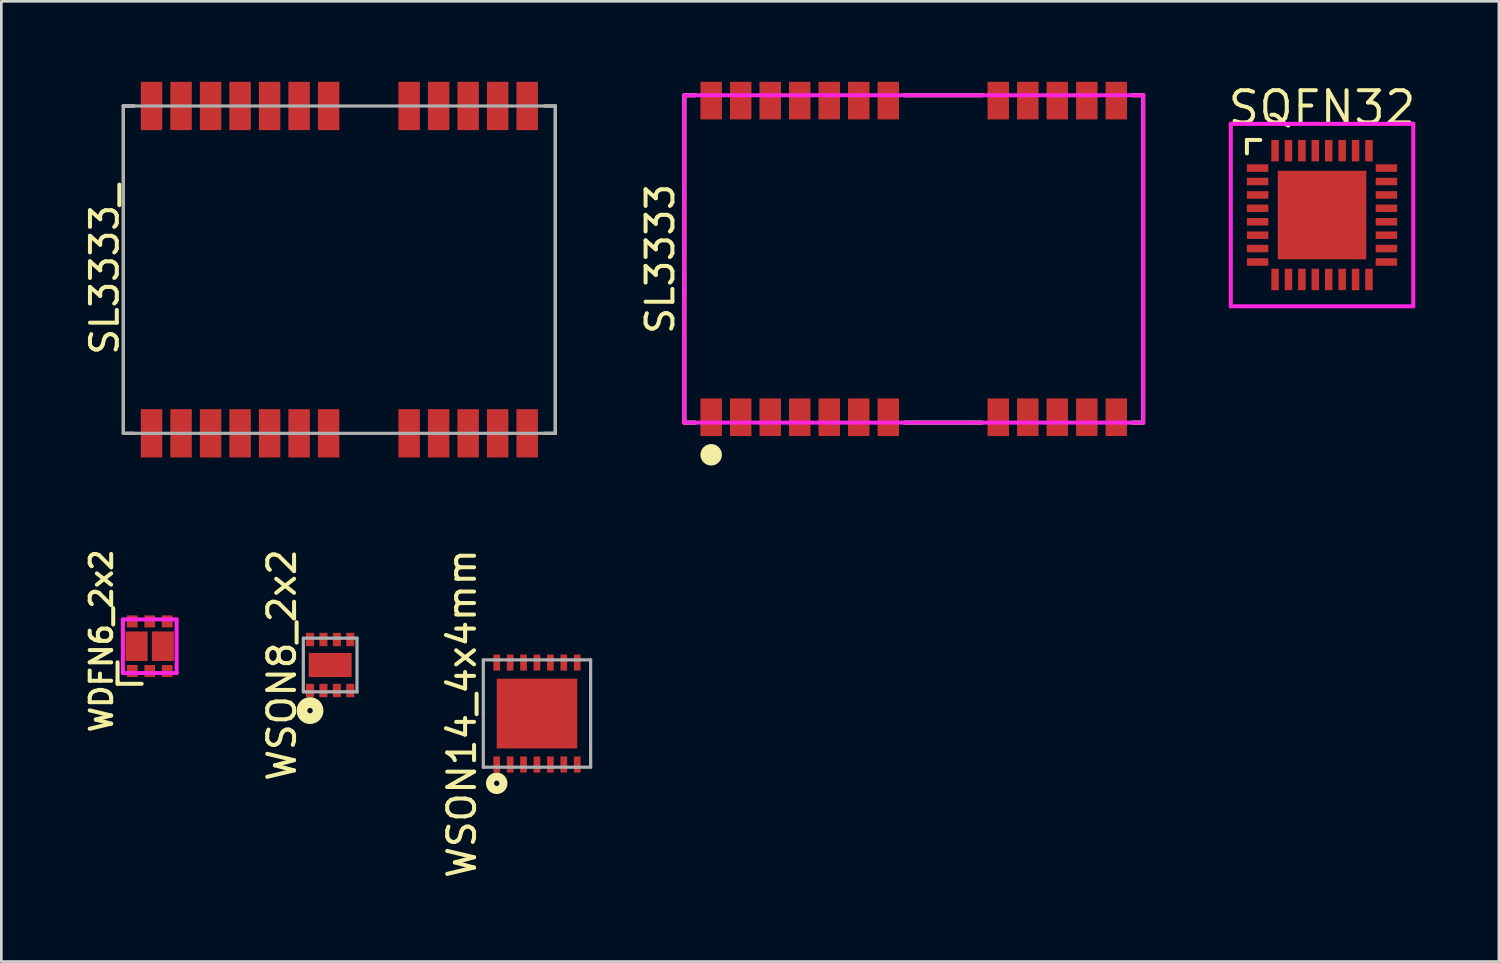
<source format=kicad_pcb>
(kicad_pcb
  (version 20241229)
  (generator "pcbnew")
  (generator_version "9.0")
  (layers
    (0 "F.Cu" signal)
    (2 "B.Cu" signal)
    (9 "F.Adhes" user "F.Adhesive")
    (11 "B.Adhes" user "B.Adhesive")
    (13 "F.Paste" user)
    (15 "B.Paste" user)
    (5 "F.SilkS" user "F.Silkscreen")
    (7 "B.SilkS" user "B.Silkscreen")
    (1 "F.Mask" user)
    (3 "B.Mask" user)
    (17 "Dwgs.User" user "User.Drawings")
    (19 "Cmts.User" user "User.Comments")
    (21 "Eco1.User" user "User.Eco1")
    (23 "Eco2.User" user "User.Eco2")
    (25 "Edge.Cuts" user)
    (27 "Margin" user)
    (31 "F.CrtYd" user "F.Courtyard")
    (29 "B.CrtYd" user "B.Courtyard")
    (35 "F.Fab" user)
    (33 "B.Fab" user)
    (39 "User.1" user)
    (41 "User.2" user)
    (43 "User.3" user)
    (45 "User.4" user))
  (footprint "WDFN6_2x2"
    (layer "F.Cu")
    (at 2.531 21.035)
    (property "Reference" "WDFN6_2x2" (at -1.8 -0.2 90) (layer "F.SilkS") (effects (font (size 0.8 0.8) (thickness 0.15))))
    (attr smd)
    (fp_line (start -1.2 0.6) (end -1.2 1.3) (stroke (width 0.15) (type solid)) (layer "F.SilkS"))
    (fp_line (start -1.2 1.3) (end -1.2 1.4) (stroke (width 0.15) (type solid)) (layer "F.SilkS"))
    (fp_line (start -1.2 1.4) (end -0.3 1.4) (stroke (width 0.15) (type solid)) (layer "F.SilkS"))
    (fp_line (start -1 -1) (end 1 -1) (stroke (width 0.15) (type solid)) (layer "F.CrtYd"))
    (fp_line (start -1 0) (end -1 -1) (stroke (width 0.15) (type solid)) (layer "F.CrtYd"))
    (fp_line (start -1 1) (end -1 0) (stroke (width 0.15) (type solid)) (layer "F.CrtYd"))
    (fp_line (start 1 -1) (end 1 1) (stroke (width 0.15) (type solid)) (layer "F.CrtYd"))
    (fp_line (start 1 1) (end -1 1) (stroke (width 0.15) (type solid)) (layer "F.CrtYd"))
    (pad "1" smd rect (at -0.65 0.925) (size 0.4 0.45) (layers "F.Cu" "F.Mask" "F.Paste"))
    (pad "2" smd rect (at 0 0.925) (size 0.4 0.45) (layers "F.Cu" "F.Mask" "F.Paste"))
    (pad "3" smd rect (at 0.65 0.925) (size 0.4 0.45) (layers "F.Cu" "F.Mask" "F.Paste"))
    (pad "4" smd rect (at 0.65 -0.925) (size 0.4 0.45) (layers "F.Cu" "F.Mask" "F.Paste"))
    (pad "5" smd rect (at 0 -0.925) (size 0.4 0.45) (layers "F.Cu" "F.Mask" "F.Paste"))
    (pad "6" smd rect (at -0.65 -0.925) (size 0.4 0.45) (layers "F.Cu" "F.Mask" "F.Paste"))
    (pad "7" smd rect (at -0.49 0) (size 0.82 1.1) (layers "F.Cu" "F.Mask" "F.Paste"))
    (pad "8" smd rect (at 0.49 0) (size 0.82 1.1) (layers "F.Cu" "F.Mask" "F.Paste")))
  (footprint "SQFN32"
    (layer "F.Cu")
    (at 46.222 4.965)
    (property "Reference" "SQFN32" (at 0 -4 0) (layer "F.SilkS") (effects (font (size 1.2 1.2) (thickness 0.15))))
    (attr through_hole)
    (fp_line (start -2.8 -2.8) (end -2.3 -2.8) (stroke (width 0.15) (type solid)) (layer "F.SilkS"))
    (fp_line (start -2.8 -2.3) (end -2.8 -2.8) (stroke (width 0.15) (type solid)) (layer "F.SilkS"))
    (fp_line (start -3.4 -3.4) (end 3.4 -3.4) (stroke (width 0.15) (type solid)) (layer "F.CrtYd"))
    (fp_line (start -3.4 3.4) (end -3.4 -3.4) (stroke (width 0.15) (type solid)) (layer "F.CrtYd"))
    (fp_line (start 3.4 -3.4) (end 3.4 3.4) (stroke (width 0.15) (type solid)) (layer "F.CrtYd"))
    (fp_line (start 3.4 3.4) (end -3.4 3.4) (stroke (width 0.15) (type solid)) (layer "F.CrtYd"))
    (pad "1" smd rect (at -2.4 -1.75 90) (size 0.28 0.8) (layers "F.Cu" "F.Mask" "F.Paste"))
    (pad "2" smd rect (at -2.4 -1.25 90) (size 0.28 0.8) (layers "F.Cu" "F.Mask" "F.Paste"))
    (pad "3" smd rect (at -2.4 -0.75 90) (size 0.28 0.8) (layers "F.Cu" "F.Mask" "F.Paste"))
    (pad "4" smd rect (at -2.4 -0.25 90) (size 0.28 0.8) (layers "F.Cu" "F.Mask" "F.Paste"))
    (pad "5" smd rect (at -2.4 0.25 90) (size 0.28 0.8) (layers "F.Cu" "F.Mask" "F.Paste"))
    (pad "6" smd rect (at -2.4 0.75 90) (size 0.28 0.8) (layers "F.Cu" "F.Mask" "F.Paste"))
    (pad "7" smd rect (at -2.4 1.25 90) (size 0.28 0.8) (layers "F.Cu" "F.Mask" "F.Paste"))
    (pad "8" smd rect (at -2.4 1.75 90) (size 0.28 0.8) (layers "F.Cu" "F.Mask" "F.Paste"))
    (pad "9" smd rect (at -1.75 2.4) (size 0.28 0.8) (layers "F.Cu" "F.Mask" "F.Paste"))
    (pad "10" smd rect (at -1.25 2.4) (size 0.28 0.8) (layers "F.Cu" "F.Mask" "F.Paste"))
    (pad "11" smd rect (at -0.75 2.4) (size 0.28 0.8) (layers "F.Cu" "F.Mask" "F.Paste"))
    (pad "12" smd rect (at -0.25 2.4) (size 0.28 0.8) (layers "F.Cu" "F.Mask" "F.Paste"))
    (pad "13" smd rect (at 0.25 2.4) (size 0.28 0.8) (layers "F.Cu" "F.Mask" "F.Paste"))
    (pad "14" smd rect (at 0.75 2.4) (size 0.28 0.8) (layers "F.Cu" "F.Mask" "F.Paste"))
    (pad "15" smd rect (at 1.25 2.4) (size 0.28 0.8) (layers "F.Cu" "F.Mask" "F.Paste"))
    (pad "16" smd rect (at 1.75 2.4) (size 0.28 0.8) (layers "F.Cu" "F.Mask" "F.Paste"))
    (pad "17" smd rect (at 2.4 1.75 90) (size 0.28 0.8) (layers "F.Cu" "F.Mask" "F.Paste"))
    (pad "18" smd rect (at 2.4 1.25 90) (size 0.28 0.8) (layers "F.Cu" "F.Mask" "F.Paste"))
    (pad "19" smd rect (at 2.4 0.75 90) (size 0.28 0.8) (layers "F.Cu" "F.Mask" "F.Paste"))
    (pad "20" smd rect (at 2.4 0.25 90) (size 0.28 0.8) (layers "F.Cu" "F.Mask" "F.Paste"))
    (pad "21" smd rect (at 2.4 -0.25 90) (size 0.28 0.8) (layers "F.Cu" "F.Mask" "F.Paste"))
    (pad "22" smd rect (at 2.4 -0.75 90) (size 0.28 0.8) (layers "F.Cu" "F.Mask" "F.Paste"))
    (pad "23" smd rect (at 2.4 -1.25 90) (size 0.28 0.8) (layers "F.Cu" "F.Mask" "F.Paste"))
    (pad "24" smd rect (at 2.4 -1.75 90) (size 0.28 0.8) (layers "F.Cu" "F.Mask" "F.Paste"))
    (pad "25" smd rect (at 1.75 -2.4) (size 0.28 0.8) (layers "F.Cu" "F.Mask" "F.Paste"))
    (pad "26" smd rect (at 1.25 -2.4) (size 0.28 0.8) (layers "F.Cu" "F.Mask" "F.Paste"))
    (pad "27" smd rect (at 0.75 -2.4) (size 0.28 0.8) (layers "F.Cu" "F.Mask" "F.Paste"))
    (pad "28" smd rect (at 0.25 -2.4) (size 0.28 0.8) (layers "F.Cu" "F.Mask" "F.Paste"))
    (pad "29" smd rect (at -0.25 -2.4) (size 0.28 0.8) (layers "F.Cu" "F.Mask" "F.Paste"))
    (pad "30" smd rect (at -0.75 -2.4) (size 0.28 0.8) (layers "F.Cu" "F.Mask" "F.Paste"))
    (pad "31" smd rect (at -1.25 -2.4) (size 0.28 0.8) (layers "F.Cu" "F.Mask" "F.Paste"))
    (pad "32" smd rect (at -1.75 -2.4) (size 0.28 0.8) (layers "F.Cu" "F.Mask" "F.Paste"))
    (pad "33" smd rect (at 0 0) (size 3.3 3.3) (layers "F.Cu" "F.Mask" "F.Paste")))
  (footprint "WSON14_4x4mm"
    (layer "F.Cu")
    (at 16.963 23.544)
    (property "Reference" "WSON14_4x4mm" (at -2.8 0 90) (layer "F.SilkS") (effects (font (size 1 1) (thickness 0.15))))
    (attr smd)
    (fp_circle (center -1.5 2.6) (end -1.4 2.6) (stroke (width 0.3) (type solid)) (fill no) (layer "F.SilkS"))
    (fp_line (start -2 -2) (end 2 -2) (stroke (width 0.12) (type solid)) (layer "F.Fab"))
    (fp_line (start -2 0) (end -2 -2) (stroke (width 0.12) (type solid)) (layer "F.Fab"))
    (fp_line (start -2 2) (end -2 0) (stroke (width 0.12) (type solid)) (layer "F.Fab"))
    (fp_line (start 2 -2) (end 2 2) (stroke (width 0.12) (type solid)) (layer "F.Fab"))
    (fp_line (start 2 2) (end -2 2) (stroke (width 0.12) (type solid)) (layer "F.Fab"))
    (pad "1" smd rect (at -1.5 1.9) (size 0.25 0.6) (layers "F.Cu" "F.Mask" "F.Paste"))
    (pad "2" smd rect (at -1 1.9) (size 0.25 0.6) (layers "F.Cu" "F.Mask" "F.Paste"))
    (pad "3" smd rect (at -0.5 1.9) (size 0.25 0.6) (layers "F.Cu" "F.Mask" "F.Paste"))
    (pad "4" smd rect (at 0 1.9) (size 0.25 0.6) (layers "F.Cu" "F.Mask" "F.Paste"))
    (pad "5" smd rect (at 0.5 1.9) (size 0.25 0.6) (layers "F.Cu" "F.Mask" "F.Paste"))
    (pad "6" smd rect (at 1 1.9) (size 0.25 0.6) (layers "F.Cu" "F.Mask" "F.Paste"))
    (pad "7" smd rect (at 1.5 1.9) (size 0.25 0.6) (layers "F.Cu" "F.Mask" "F.Paste"))
    (pad "8" smd rect (at 1.5 -1.9) (size 0.25 0.6) (layers "F.Cu" "F.Mask" "F.Paste"))
    (pad "9" smd rect (at 1 -1.9) (size 0.25 0.6) (layers "F.Cu" "F.Mask" "F.Paste"))
    (pad "10" smd rect (at 0.5 -1.9) (size 0.25 0.6) (layers "F.Cu" "F.Mask" "F.Paste"))
    (pad "11" smd rect (at 0 -1.9) (size 0.25 0.6) (layers "F.Cu" "F.Mask" "F.Paste"))
    (pad "12" smd rect (at -0.5 -1.9) (size 0.25 0.6) (layers "F.Cu" "F.Mask" "F.Paste"))
    (pad "13" smd rect (at -1 -1.9) (size 0.25 0.6) (layers "F.Cu" "F.Mask" "F.Paste"))
    (pad "14" smd rect (at -1.5 -1.9) (size 0.25 0.6) (layers "F.Cu" "F.Mask" "F.Paste"))
    (pad "15" smd rect (at 0 0) (size 3 2.6) (layers "F.Cu" "F.Mask" "F.Paste")))
  (footprint "SL3333"
    (layer "F.Cu")
    (at 29.506 6.6)
    (property "Reference" "SL3333" (at -7.95 0 90) (layer "F.SilkS") (effects (font (size 1 1) (thickness 0.15))))
    (attr smd)
    (fp_line (start -7.05 -6.1) (end -7.05 6.1) (stroke (width 0.15) (type solid)) (layer "F.SilkS"))
    (fp_line (start -7.05 6.1) (end -6.65 6.1) (stroke (width 0.15) (type solid)) (layer "F.SilkS"))
    (fp_line (start -6.65 -6.1) (end -7.05 -6.1) (stroke (width 0.15) (type solid)) (layer "F.SilkS"))
    (fp_line (start 1.15 6.1) (end 4.05 6.1) (stroke (width 0.15) (type solid)) (layer "F.SilkS"))
    (fp_line (start 4.05 -6.1) (end 1.15 -6.1) (stroke (width 0.15) (type solid)) (layer "F.SilkS"))
    (fp_line (start 9.65 6.1) (end 10.05 6.1) (stroke (width 0.15) (type solid)) (layer "F.SilkS"))
    (fp_line (start 10.05 -6.1) (end 9.65 -6.1) (stroke (width 0.15) (type solid)) (layer "F.SilkS"))
    (fp_line (start 10.05 6.1) (end 10.05 -6.1) (stroke (width 0.15) (type solid)) (layer "F.SilkS"))
    (fp_circle (center -6.05 7.3) (end -5.85 7.3) (stroke (width 0.4) (type solid)) (fill no) (layer "F.SilkS"))
    (fp_line (start -7.05 -6.1) (end -7.05 6.1) (stroke (width 0.15) (type solid)) (layer "F.CrtYd"))
    (fp_line (start -7.05 -6.1) (end 10.05 -6.1) (stroke (width 0.15) (type solid)) (layer "F.CrtYd"))
    (fp_line (start 10.05 -6.1) (end 10.05 6.1) (stroke (width 0.15) (type solid)) (layer "F.CrtYd"))
    (fp_line (start 10.05 6.1) (end -7.05 6.1) (stroke (width 0.15) (type solid)) (layer "F.CrtYd"))
    (pad "1" smd rect (at -6.05 5.9) (size 0.8 1.4) (layers "F.Cu" "F.Mask" "F.Paste"))
    (pad "2" smd rect (at -4.95 5.9) (size 0.8 1.4) (layers "F.Cu" "F.Mask" "F.Paste"))
    (pad "3" smd rect (at -3.85 5.9) (size 0.8 1.4) (layers "F.Cu" "F.Mask" "F.Paste"))
    (pad "4" smd rect (at -2.75 5.9) (size 0.8 1.4) (layers "F.Cu" "F.Mask" "F.Paste"))
    (pad "5" smd rect (at -1.65 5.9) (size 0.8 1.4) (layers "F.Cu" "F.Mask" "F.Paste"))
    (pad "6" smd rect (at -0.55 5.9) (size 0.8 1.4) (layers "F.Cu" "F.Mask" "F.Paste"))
    (pad "7" smd rect (at 0.55 5.9) (size 0.8 1.4) (layers "F.Cu" "F.Mask" "F.Paste"))
    (pad "8" smd rect (at 4.65 5.9) (size 0.8 1.4) (layers "F.Cu" "F.Mask" "F.Paste"))
    (pad "9" smd rect (at 5.75 5.9) (size 0.8 1.4) (layers "F.Cu" "F.Mask" "F.Paste"))
    (pad "10" smd rect (at 6.85 5.9) (size 0.8 1.4) (layers "F.Cu" "F.Mask" "F.Paste"))
    (pad "11" smd rect (at 7.95 5.9) (size 0.8 1.4) (layers "F.Cu" "F.Mask" "F.Paste"))
    (pad "12" smd rect (at 9.05 5.9) (size 0.8 1.4) (layers "F.Cu" "F.Mask" "F.Paste"))
    (pad "13" smd rect (at 9.05 -5.9) (size 0.8 1.4) (layers "F.Cu" "F.Mask" "F.Paste"))
    (pad "14" smd rect (at 7.95 -5.9) (size 0.8 1.4) (layers "F.Cu" "F.Mask" "F.Paste"))
    (pad "15" smd rect (at 6.85 -5.9) (size 0.8 1.4) (layers "F.Cu" "F.Mask" "F.Paste"))
    (pad "16" smd rect (at 5.75 -5.9) (size 0.8 1.4) (layers "F.Cu" "F.Mask" "F.Paste"))
    (pad "17" smd rect (at 4.65 -5.9) (size 0.8 1.4) (layers "F.Cu" "F.Mask" "F.Paste"))
    (pad "18" smd rect (at 0.55 -5.9) (size 0.8 1.4) (layers "F.Cu" "F.Mask" "F.Paste"))
    (pad "19" smd rect (at -0.55 -5.9) (size 0.8 1.4) (layers "F.Cu" "F.Mask" "F.Paste"))
    (pad "20" smd rect (at -1.65 -5.9) (size 0.8 1.4) (layers "F.Cu" "F.Mask" "F.Paste"))
    (pad "21" smd rect (at -2.75 -5.9) (size 0.8 1.4) (layers "F.Cu" "F.Mask" "F.Paste"))
    (pad "22" smd rect (at -3.85 -5.9) (size 0.8 1.4) (layers "F.Cu" "F.Mask" "F.Paste"))
    (pad "23" smd rect (at -4.95 -5.9) (size 0.8 1.4) (layers "F.Cu" "F.Mask" "F.Paste"))
    (pad "24" smd rect (at -6.05 -5.9) (size 0.8 1.4) (layers "F.Cu" "F.Mask" "F.Paste")))
  (footprint "SL3333_"
    (layer "F.Cu")
    (at 8.648 7)
    (property "Reference" "SL3333_" (at -7.8 0 90) (layer "F.SilkS") (effects (font (size 1 1) (thickness 0.15))))
    (attr smd)
    (fp_line (start -7.1 -6.1) (end -7.1 6.1) (stroke (width 0.12) (type solid)) (layer "F.SilkS"))
    (fp_line (start -7.1 6.1) (end -6.7 6.1) (stroke (width 0.12) (type solid)) (layer "F.SilkS"))
    (fp_line (start -6.7 -6.1) (end -7.1 -6.1) (stroke (width 0.12) (type solid)) (layer "F.SilkS"))
    (fp_line (start 8.6 -6.1) (end 9 -6.1) (stroke (width 0.12) (type solid)) (layer "F.SilkS"))
    (fp_line (start 9 -6.1) (end 9 6.1) (stroke (width 0.12) (type solid)) (layer "F.SilkS"))
    (fp_line (start 9 6.1) (end 8.6 6.1) (stroke (width 0.12) (type solid)) (layer "F.SilkS"))
    (fp_line (start -7.1 -6.1) (end -7.1 6.1) (stroke (width 0.12) (type solid)) (layer "F.Fab"))
    (fp_line (start -7.1 6.1) (end 9 6.1) (stroke (width 0.12) (type solid)) (layer "F.Fab"))
    (fp_line (start -6.7 -6.1) (end -7.1 -6.1) (stroke (width 0.12) (type solid)) (layer "F.Fab"))
    (fp_line (start 9 -6.1) (end -7.1 -6.1) (stroke (width 0.12) (type solid)) (layer "F.Fab"))
    (fp_line (start 9 6.1) (end 9 -6.1) (stroke (width 0.12) (type solid)) (layer "F.Fab"))
    (pad "1" smd rect (at -6.05 6.1) (size 0.8 1.8) (layers "F.Cu" "F.Mask" "F.Paste"))
    (pad "2" smd rect (at -4.95 6.1) (size 0.8 1.8) (layers "F.Cu" "F.Mask" "F.Paste"))
    (pad "3" smd rect (at -3.85 6.1) (size 0.8 1.8) (layers "F.Cu" "F.Mask" "F.Paste"))
    (pad "4" smd rect (at -2.75 6.1) (size 0.8 1.8) (layers "F.Cu" "F.Mask" "F.Paste"))
    (pad "5" smd rect (at -1.65 6.1) (size 0.8 1.8) (layers "F.Cu" "F.Mask" "F.Paste"))
    (pad "6" smd rect (at -0.55 6.1) (size 0.8 1.8) (layers "F.Cu" "F.Mask" "F.Paste"))
    (pad "7" smd rect (at 0.55 6.1) (size 0.8 1.8) (layers "F.Cu" "F.Mask" "F.Paste"))
    (pad "8" smd rect (at 3.55 6.1) (size 0.8 1.8) (layers "F.Cu" "F.Mask" "F.Paste"))
    (pad "9" smd rect (at 4.65 6.1) (size 0.8 1.8) (layers "F.Cu" "F.Mask" "F.Paste"))
    (pad "10" smd rect (at 5.75 6.1) (size 0.8 1.8) (layers "F.Cu" "F.Mask" "F.Paste"))
    (pad "11" smd rect (at 6.85 6.1) (size 0.8 1.8) (layers "F.Cu" "F.Mask" "F.Paste"))
    (pad "12" smd rect (at 7.95 6.1) (size 0.8 1.8) (layers "F.Cu" "F.Mask" "F.Paste"))
    (pad "13" smd rect (at 7.95 -6.1) (size 0.8 1.8) (layers "F.Cu" "F.Mask" "F.Paste"))
    (pad "14" smd rect (at 6.85 -6.1) (size 0.8 1.8) (layers "F.Cu" "F.Mask" "F.Paste"))
    (pad "15" smd rect (at 5.75 -6.1) (size 0.8 1.8) (layers "F.Cu" "F.Mask" "F.Paste"))
    (pad "16" smd rect (at 4.65 -6.1) (size 0.8 1.8) (layers "F.Cu" "F.Mask" "F.Paste"))
    (pad "17" smd rect (at 3.55 -6.1) (size 0.8 1.8) (layers "F.Cu" "F.Mask" "F.Paste"))
    (pad "18" smd rect (at 0.55 -6.1) (size 0.8 1.8) (layers "F.Cu" "F.Mask" "F.Paste"))
    (pad "19" smd rect (at -0.55 -6.1) (size 0.8 1.8) (layers "F.Cu" "F.Mask" "F.Paste"))
    (pad "20" smd rect (at -1.65 -6.1) (size 0.8 1.8) (layers "F.Cu" "F.Mask" "F.Paste"))
    (pad "21" smd rect (at -2.75 -6.1) (size 0.8 1.8) (layers "F.Cu" "F.Mask" "F.Paste"))
    (pad "22" smd rect (at -3.85 -6.1) (size 0.8 1.8) (layers "F.Cu" "F.Mask" "F.Paste"))
    (pad "23" smd rect (at -4.95 -6.1) (size 0.8 1.8) (layers "F.Cu" "F.Mask" "F.Paste"))
    (pad "24" smd rect (at -6.05 -6.1) (size 0.8 1.8) (layers "F.Cu" "F.Mask" "F.Paste")))
  (footprint "WSON8_2x2"
    (layer "F.Cu")
    (at 9.255 21.735)
    (property "Reference" "WSON8_2x2" (at -1.8 0 90) (layer "F.SilkS") (effects (font (size 1 1) (thickness 0.15))))
    (attr smd)
    (fp_circle (center -0.75 1.7) (end -0.65 1.7) (stroke (width 0.4) (type solid)) (fill no) (layer "F.SilkS"))
    (fp_line (start -1 -1) (end 1 -1) (stroke (width 0.12) (type solid)) (layer "F.Fab"))
    (fp_line (start -1 0) (end -1 -1) (stroke (width 0.12) (type solid)) (layer "F.Fab"))
    (fp_line (start -1 0) (end -1 1) (stroke (width 0.12) (type solid)) (layer "F.Fab"))
    (fp_line (start -1 1) (end -0.9 1) (stroke (width 0.12) (type solid)) (layer "F.Fab"))
    (fp_line (start 1 -1) (end 1 1) (stroke (width 0.12) (type solid)) (layer "F.Fab"))
    (fp_line (start 1 1) (end -0.9 1) (stroke (width 0.12) (type solid)) (layer "F.Fab"))
    (pad "1" smd rect (at -0.75 0.95) (size 0.3 0.5) (layers "F.Cu" "F.Mask" "F.Paste"))
    (pad "2" smd rect (at -0.25 0.95) (size 0.3 0.5) (layers "F.Cu" "F.Mask" "F.Paste"))
    (pad "3" smd rect (at 0.25 0.95) (size 0.3 0.5) (layers "F.Cu" "F.Mask" "F.Paste"))
    (pad "4" smd rect (at 0.75 0.95) (size 0.3 0.5) (layers "F.Cu" "F.Mask" "F.Paste"))
    (pad "5" smd rect (at 0.75 -0.95) (size 0.3 0.5) (layers "F.Cu" "F.Mask" "F.Paste"))
    (pad "6" smd rect (at 0.25 -0.95) (size 0.3 0.5) (layers "F.Cu" "F.Mask" "F.Paste"))
    (pad "7" smd rect (at -0.25 -0.95) (size 0.3 0.5) (layers "F.Cu" "F.Mask" "F.Paste"))
    (pad "8" smd rect (at -0.75 -0.95) (size 0.3 0.5) (layers "F.Cu" "F.Mask" "F.Paste"))
    (pad "9" smd rect (at 0 0) (size 1.6 0.9) (layers "F.Cu" "F.Mask" "F.Paste")))
  (gr_rect
    (start -3 -3)
    (end 52.813 32.788)
    (stroke (width 0.1) (type default))
    (fill no)
    (layer "Edge.Cuts")))
</source>
